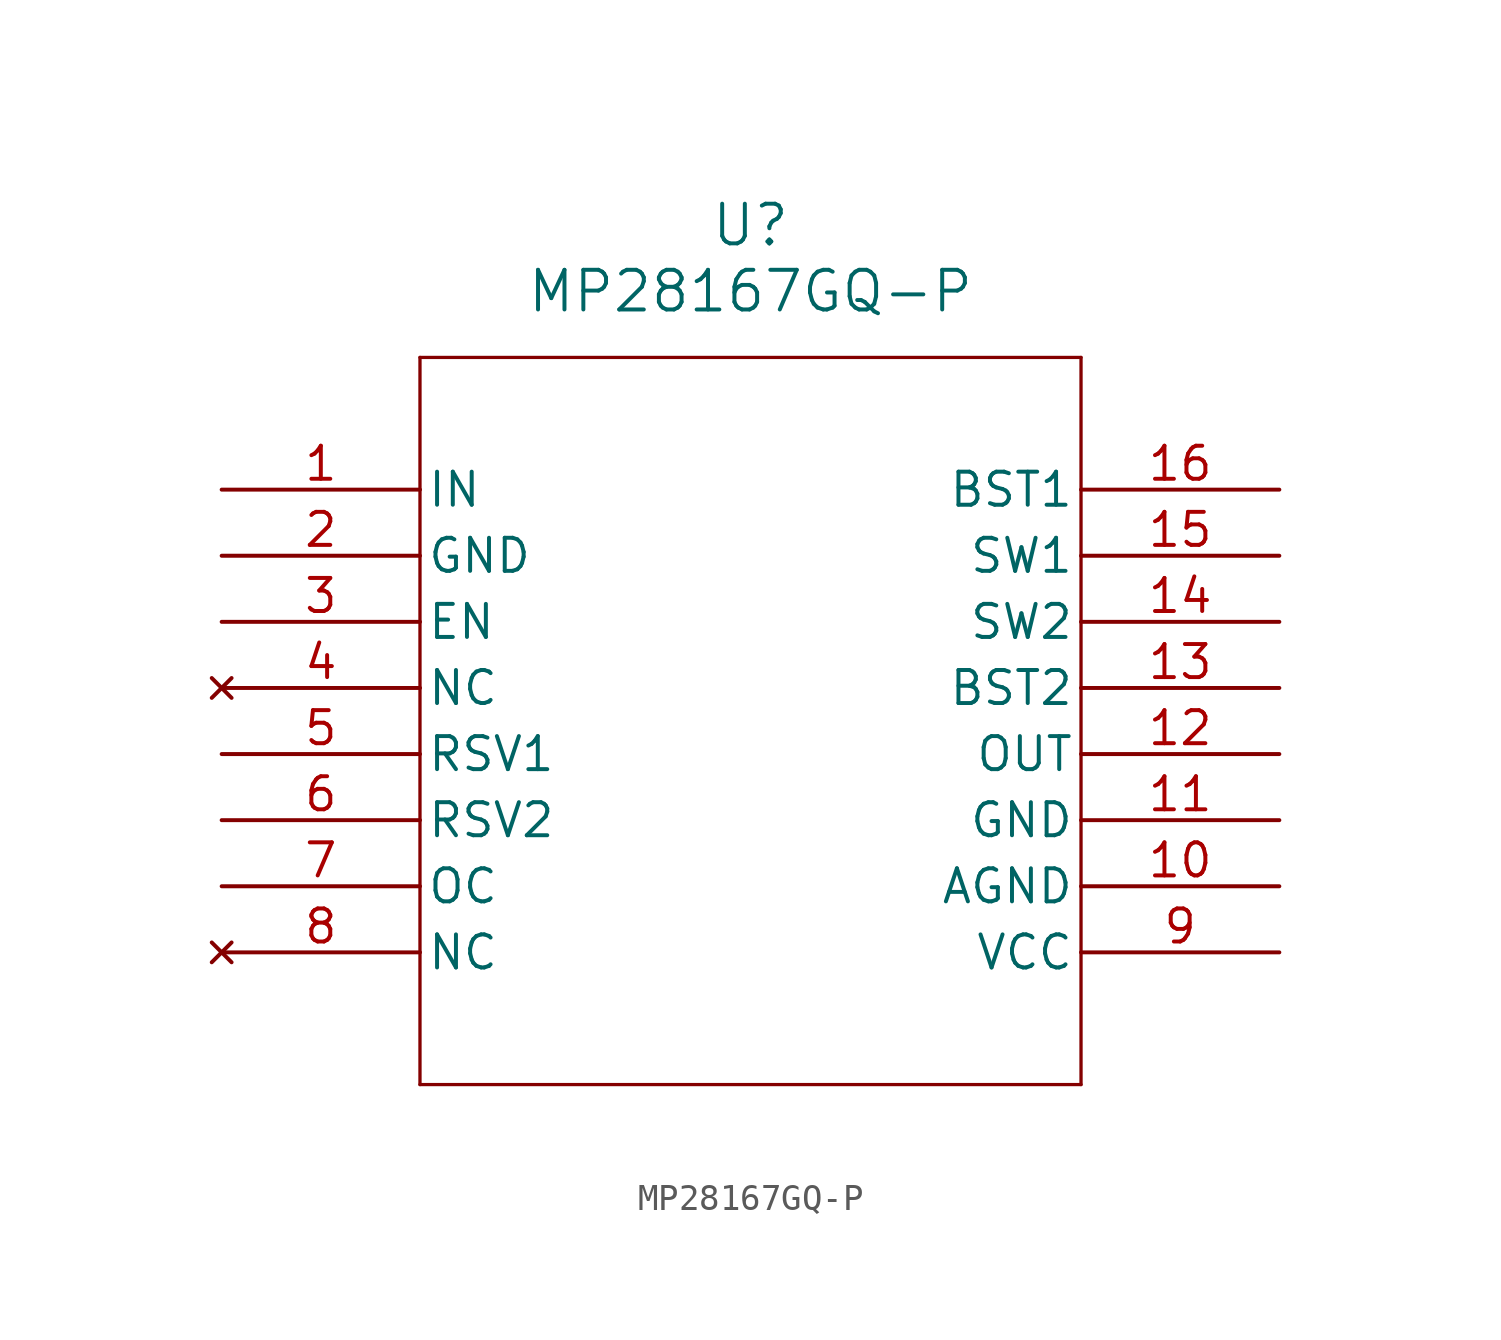
<source format=kicad_sym>
(kicad_symbol_lib
  (version 20211014)
  (generator kicad_symbol_editor)
  (symbol "MP28167GQ-P"
    (pin_names
      (offset 0.254))
    (property "Reference" "U"
      (at 20.32 10.16 0)
      (effects (font (size 1.524 1.524))))
    (property "Value" "MP28167GQ-P"
      (at 20.32 7.62 0)
      (effects (font (size 1.524 1.524))))
    (symbol "MP28167GQ-P_0_1"
      (polyline (pts (xy 7.62 5.08) (xy 7.62 -22.86)) (stroke (width 0.127) (type default) (color 0 0 0 0)) (fill (type none)))
      (polyline (pts (xy 7.62 -22.86) (xy 33.02 -22.86)) (stroke (width 0.127) (type default) (color 0 0 0 0)) (fill (type none)))
      (polyline (pts (xy 33.02 -22.86) (xy 33.02 5.08)) (stroke (width 0.127) (type default) (color 0 0 0 0)) (fill (type none)))
      (polyline (pts (xy 33.02 5.08) (xy 7.62 5.08)) (stroke (width 0.127) (type default) (color 0 0 0 0)) (fill (type none)))
      (pin input line (at 0 0 0) (length 7.62) (name "IN" (effects (font (size 1.27 1.27)))) (number "1" (effects (font (size 1.27 1.27)))))
      (pin power_out line (at 0 -2.54 0) (length 7.62) (name "GND" (effects (font (size 1.27 1.27)))) (number "2" (effects (font (size 1.27 1.27)))))
      (pin unspecified line (at 0 -5.08 0) (length 7.62) (name "EN" (effects (font (size 1.27 1.27)))) (number "3" (effects (font (size 1.27 1.27)))))
      (pin no_connect line (at 0 -7.62 0) (length 7.62) (name "NC" (effects (font (size 1.27 1.27)))) (number "4" (effects (font (size 1.27 1.27)))))
      (pin bidirectional line (at 0 -10.16 0) (length 7.62) (name "RSV1" (effects (font (size 1.27 1.27)))) (number "5" (effects (font (size 1.27 1.27)))))
      (pin bidirectional line (at 0 -12.7 0) (length 7.62) (name "RSV2" (effects (font (size 1.27 1.27)))) (number "6" (effects (font (size 1.27 1.27)))))
      (pin unspecified line (at 0 -15.24 0) (length 7.62) (name "OC" (effects (font (size 1.27 1.27)))) (number "7" (effects (font (size 1.27 1.27)))))
      (pin no_connect line (at 0 -17.78 0) (length 7.62) (name "NC" (effects (font (size 1.27 1.27)))) (number "8" (effects (font (size 1.27 1.27)))))
      (pin power_in line (at 40.64 -17.78 180) (length 7.62) (name "VCC" (effects (font (size 1.27 1.27)))) (number "9" (effects (font (size 1.27 1.27)))))
      (pin power_out line (at 40.64 -15.24 180) (length 7.62) (name "AGND" (effects (font (size 1.27 1.27)))) (number "10" (effects (font (size 1.27 1.27)))))
      (pin power_out line (at 40.64 -12.7 180) (length 7.62) (name "GND" (effects (font (size 1.27 1.27)))) (number "11" (effects (font (size 1.27 1.27)))))
      (pin output line (at 40.64 -10.16 180) (length 7.62) (name "OUT" (effects (font (size 1.27 1.27)))) (number "12" (effects (font (size 1.27 1.27)))))
      (pin bidirectional line (at 40.64 -7.62 180) (length 7.62) (name "BST2" (effects (font (size 1.27 1.27)))) (number "13" (effects (font (size 1.27 1.27)))))
      (pin bidirectional line (at 40.64 -5.08 180) (length 7.62) (name "SW2" (effects (font (size 1.27 1.27)))) (number "14" (effects (font (size 1.27 1.27)))))
      (pin bidirectional line (at 40.64 -2.54 180) (length 7.62) (name "SW1" (effects (font (size 1.27 1.27)))) (number "15" (effects (font (size 1.27 1.27)))))
      (pin bidirectional line (at 40.64 0 180) (length 7.62) (name "BST1" (effects (font (size 1.27 1.27)))) (number "16" (effects (font (size 1.27 1.27))))))))
</source>
